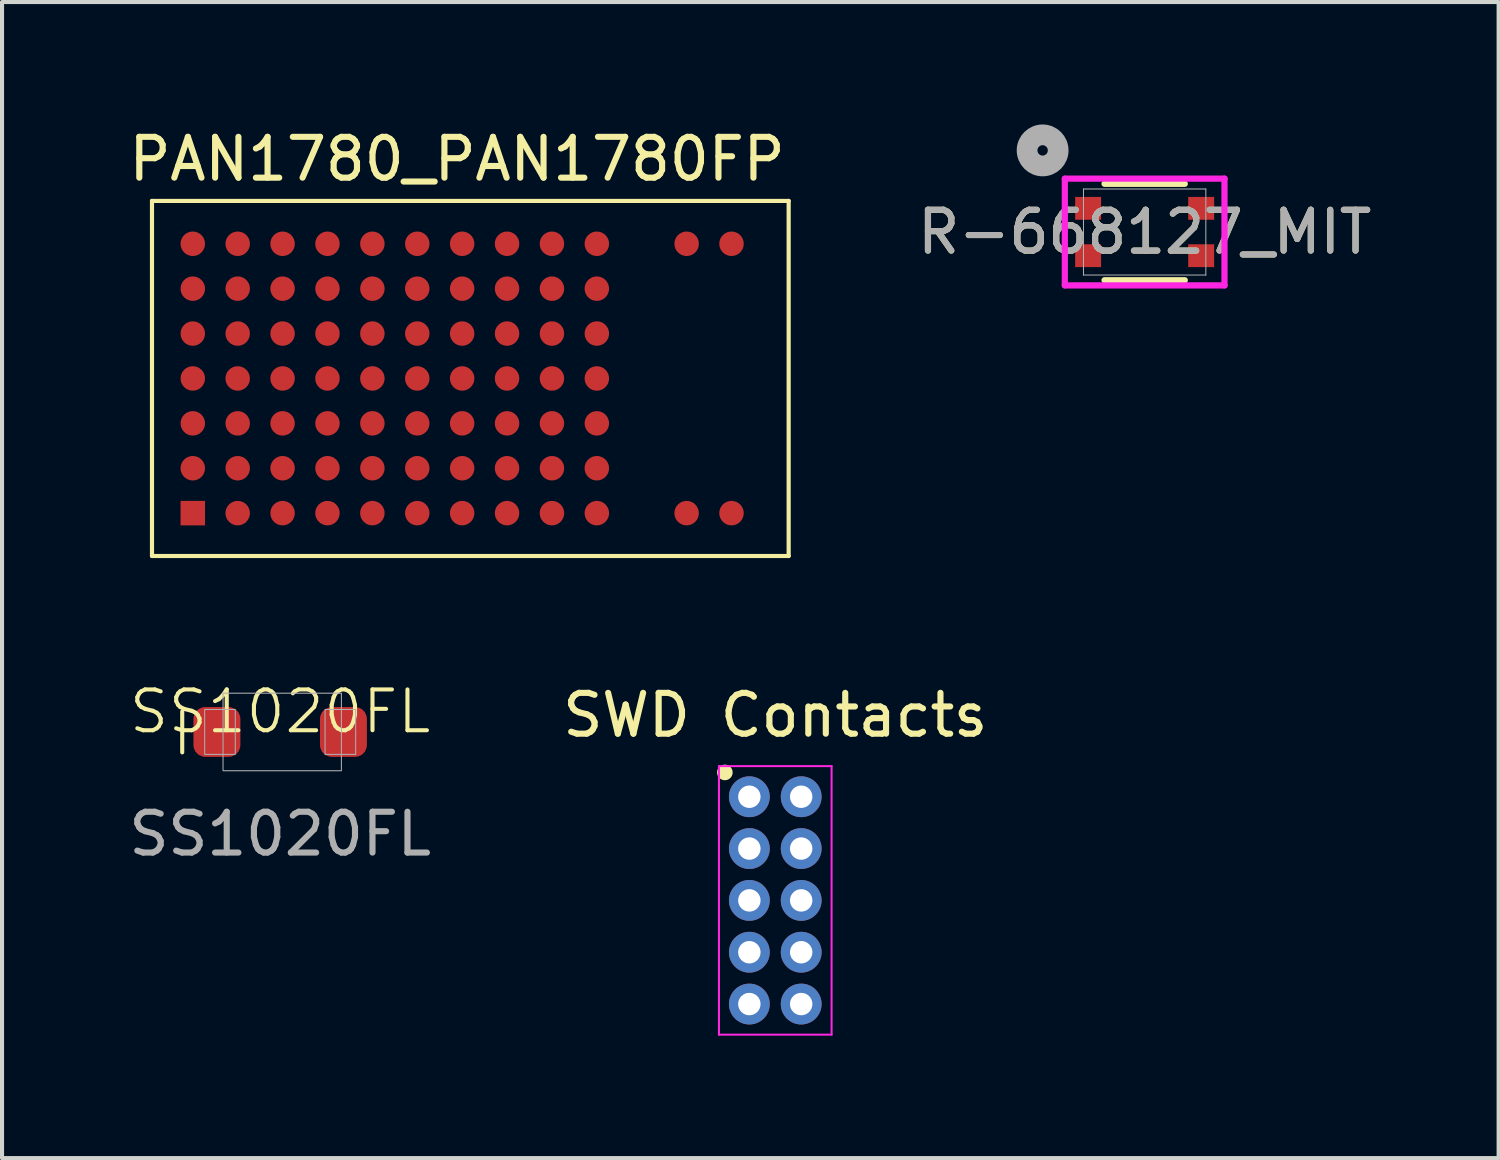
<source format=kicad_pcb>
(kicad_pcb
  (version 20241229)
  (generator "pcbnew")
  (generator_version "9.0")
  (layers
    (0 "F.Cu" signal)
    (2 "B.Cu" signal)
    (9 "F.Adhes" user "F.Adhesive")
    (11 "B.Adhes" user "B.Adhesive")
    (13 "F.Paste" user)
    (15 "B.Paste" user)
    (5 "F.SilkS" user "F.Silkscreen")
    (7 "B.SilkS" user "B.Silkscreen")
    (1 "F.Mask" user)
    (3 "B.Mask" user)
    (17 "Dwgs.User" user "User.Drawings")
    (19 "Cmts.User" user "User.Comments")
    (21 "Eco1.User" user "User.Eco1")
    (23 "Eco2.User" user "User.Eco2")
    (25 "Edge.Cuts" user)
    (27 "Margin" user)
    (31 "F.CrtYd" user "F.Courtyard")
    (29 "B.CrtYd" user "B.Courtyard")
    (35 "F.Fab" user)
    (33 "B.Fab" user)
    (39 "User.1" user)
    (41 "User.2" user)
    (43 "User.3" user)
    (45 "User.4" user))
  (footprint "SWD Contacts"
    (layer "F.Cu")
    (at 15.811 18.877)
    (property "Reference" "SWD Contacts" (at 0.135 -4.405 0) (layer "F.SilkS") (effects (font (size 1 1) (thickness 0.15))))
    (attr through_hole)
    (fp_circle (center -1.1 -3) (end -0.959 -3) (stroke (width 0.1) (type solid)) (fill yes) (layer "F.SilkS"))
    (fp_line (start -1.245 -3.155) (end 1.515 -3.155) (stroke (width 0.05) (type default)) (layer "F.CrtYd"))
    (fp_line (start -1.245 3.425) (end -1.245 -3.155) (stroke (width 0.05) (type default)) (layer "F.CrtYd"))
    (fp_line (start 1.515 -3.155) (end 1.515 3.425) (stroke (width 0.05) (type default)) (layer "F.CrtYd"))
    (fp_line (start 1.515 3.425) (end -1.245 3.425) (stroke (width 0.05) (type default)) (layer "F.CrtYd"))
    (pad "1" thru_hole circle (at -0.5 -2.405 270) (size 1 1) (drill 0.55) (layers "*.Cu" "*.Mask"))
    (pad "2" thru_hole circle (at 0.77 -2.405 270) (size 1 1) (drill 0.55) (layers "*.Cu" "*.Mask"))
    (pad "3" thru_hole circle (at -0.5 -1.135 270) (size 1 1) (drill 0.55) (layers "*.Cu" "*.Mask"))
    (pad "4" thru_hole circle (at 0.77 -1.135 270) (size 1 1) (drill 0.55) (layers "*.Cu" "*.Mask"))
    (pad "5" thru_hole circle (at -0.5 0.135 270) (size 1 1) (drill 0.55) (layers "*.Cu" "*.Mask"))
    (pad "6" thru_hole circle (at 0.77 0.135 270) (size 1 1) (drill 0.55) (layers "*.Cu" "*.Mask"))
    (pad "7" thru_hole circle (at -0.5 1.405 270) (size 1 1) (drill 0.55) (layers "*.Cu" "*.Mask"))
    (pad "8" thru_hole circle (at 0.77 1.405 270) (size 1 1) (drill 0.55) (layers "*.Cu" "*.Mask"))
    (pad "9" thru_hole circle (at -0.5 2.675 270) (size 1 1) (drill 0.55) (layers "*.Cu" "*.Mask"))
    (pad "10" thru_hole circle (at 0.77 2.675 270) (size 1 1) (drill 0.55) (layers "*.Cu" "*.Mask")))
  (footprint "PAN1780_PAN1780FP"
    (layer "F.Cu")
    (at 8.274 6.223)
    (property "Reference" "PAN1780_PAN1780FP" (at -0.125 -5.375 0) (layer "F.SilkS") (effects (font (size 1 1) (thickness 0.15))))
    (attr smd)
    (fp_line (start -7.6 -4.35) (end 8 -4.35) (stroke (width 0.102) (type solid)) (layer "F.SilkS"))
    (fp_line (start -7.6 4.35) (end -7.6 -4.35) (stroke (width 0.102) (type solid)) (layer "F.SilkS"))
    (fp_line (start 8 -4.35) (end 8 4.35) (stroke (width 0.102) (type solid)) (layer "F.SilkS"))
    (fp_line (start 8 4.35) (end -7.6 4.35) (stroke (width 0.102) (type solid)) (layer "F.SilkS"))
    (pad "A1" smd rect (at -6.6 3.3) (size 0.6 0.6) (layers "F.Cu" "F.Mask" "F.Paste"))
    (pad "A2" smd circle (at -5.5 3.3) (size 0.6 0.6) (layers "F.Cu" "F.Mask" "F.Paste"))
    (pad "A3" smd circle (at -4.4 3.3) (size 0.6 0.6) (layers "F.Cu" "F.Mask" "F.Paste"))
    (pad "A4" smd circle (at -3.3 3.3) (size 0.6 0.6) (layers "F.Cu" "F.Mask" "F.Paste"))
    (pad "A5" smd circle (at -2.2 3.3) (size 0.6 0.6) (layers "F.Cu" "F.Mask" "F.Paste"))
    (pad "A6" smd circle (at -1.1 3.3) (size 0.6 0.6) (layers "F.Cu" "F.Mask" "F.Paste"))
    (pad "A7" smd circle (at 0 3.3) (size 0.6 0.6) (layers "F.Cu" "F.Mask" "F.Paste"))
    (pad "A8" smd circle (at 1.1 3.3) (size 0.6 0.6) (layers "F.Cu" "F.Mask" "F.Paste"))
    (pad "A9" smd circle (at 2.2 3.3) (size 0.6 0.6) (layers "F.Cu" "F.Mask" "F.Paste"))
    (pad "A10" smd circle (at 3.3 3.3) (size 0.6 0.6) (layers "F.Cu" "F.Mask" "F.Paste"))
    (pad "A12" smd circle (at 5.5 3.3) (size 0.6 0.6) (layers "F.Cu" "F.Mask" "F.Paste"))
    (pad "A13" smd circle (at 6.6 3.3) (size 0.6 0.6) (layers "F.Cu" "F.Mask" "F.Paste"))
    (pad "B1" smd circle (at -6.6 2.2) (size 0.6 0.6) (layers "F.Cu" "F.Mask" "F.Paste"))
    (pad "B2" smd circle (at -5.5 2.2) (size 0.6 0.6) (layers "F.Cu" "F.Mask" "F.Paste"))
    (pad "B3" smd circle (at -4.4 2.2) (size 0.6 0.6) (layers "F.Cu" "F.Mask" "F.Paste"))
    (pad "B4" smd circle (at -3.3 2.2) (size 0.6 0.6) (layers "F.Cu" "F.Mask" "F.Paste"))
    (pad "B5" smd circle (at -2.2 2.2) (size 0.6 0.6) (layers "F.Cu" "F.Mask" "F.Paste"))
    (pad "B6" smd circle (at -1.1 2.2) (size 0.6 0.6) (layers "F.Cu" "F.Mask" "F.Paste"))
    (pad "B7" smd circle (at 0 2.2) (size 0.6 0.6) (layers "F.Cu" "F.Mask" "F.Paste"))
    (pad "B8" smd circle (at 1.1 2.2) (size 0.6 0.6) (layers "F.Cu" "F.Mask" "F.Paste"))
    (pad "B9" smd circle (at 2.2 2.2) (size 0.6 0.6) (layers "F.Cu" "F.Mask" "F.Paste"))
    (pad "B10" smd circle (at 3.3 2.2) (size 0.6 0.6) (layers "F.Cu" "F.Mask" "F.Paste"))
    (pad "C1" smd circle (at -6.6 1.1) (size 0.6 0.6) (layers "F.Cu" "F.Mask" "F.Paste"))
    (pad "C2" smd circle (at -5.5 1.1) (size 0.6 0.6) (layers "F.Cu" "F.Mask" "F.Paste"))
    (pad "C3" smd circle (at -4.4 1.1) (size 0.6 0.6) (layers "F.Cu" "F.Mask" "F.Paste"))
    (pad "C4" smd circle (at -3.3 1.1) (size 0.6 0.6) (layers "F.Cu" "F.Mask" "F.Paste"))
    (pad "C5" smd circle (at -2.2 1.1) (size 0.6 0.6) (layers "F.Cu" "F.Mask" "F.Paste"))
    (pad "C6" smd circle (at -1.1 1.1) (size 0.6 0.6) (layers "F.Cu" "F.Mask" "F.Paste"))
    (pad "C7" smd circle (at 0 1.1) (size 0.6 0.6) (layers "F.Cu" "F.Mask" "F.Paste"))
    (pad "C8" smd circle (at 1.1 1.1) (size 0.6 0.6) (layers "F.Cu" "F.Mask" "F.Paste"))
    (pad "C9" smd circle (at 2.2 1.1) (size 0.6 0.6) (layers "F.Cu" "F.Mask" "F.Paste"))
    (pad "C10" smd circle (at 3.3 1.1) (size 0.6 0.6) (layers "F.Cu" "F.Mask" "F.Paste"))
    (pad "D1" smd circle (at -6.6 0) (size 0.6 0.6) (layers "F.Cu" "F.Mask" "F.Paste"))
    (pad "D2" smd circle (at -5.5 0) (size 0.6 0.6) (layers "F.Cu" "F.Mask" "F.Paste"))
    (pad "D3" smd circle (at -4.4 0) (size 0.6 0.6) (layers "F.Cu" "F.Mask" "F.Paste"))
    (pad "D4" smd circle (at -3.3 0) (size 0.6 0.6) (layers "F.Cu" "F.Mask" "F.Paste"))
    (pad "D5" smd circle (at -2.2 0) (size 0.6 0.6) (layers "F.Cu" "F.Mask" "F.Paste"))
    (pad "D6" smd circle (at -1.1 0) (size 0.6 0.6) (layers "F.Cu" "F.Mask" "F.Paste"))
    (pad "D7" smd circle (at 0 0) (size 0.6 0.6) (layers "F.Cu" "F.Mask" "F.Paste"))
    (pad "D8" smd circle (at 1.1 0) (size 0.6 0.6) (layers "F.Cu" "F.Mask" "F.Paste"))
    (pad "D9" smd circle (at 2.2 0) (size 0.6 0.6) (layers "F.Cu" "F.Mask" "F.Paste"))
    (pad "D10" smd circle (at 3.3 0) (size 0.6 0.6) (layers "F.Cu" "F.Mask" "F.Paste"))
    (pad "E1" smd circle (at -6.6 -1.1) (size 0.6 0.6) (layers "F.Cu" "F.Mask" "F.Paste"))
    (pad "E2" smd circle (at -5.5 -1.1) (size 0.6 0.6) (layers "F.Cu" "F.Mask" "F.Paste"))
    (pad "E3" smd circle (at -4.4 -1.1) (size 0.6 0.6) (layers "F.Cu" "F.Mask" "F.Paste"))
    (pad "E4" smd circle (at -3.3 -1.1) (size 0.6 0.6) (layers "F.Cu" "F.Mask" "F.Paste"))
    (pad "E5" smd circle (at -2.2 -1.1) (size 0.6 0.6) (layers "F.Cu" "F.Mask" "F.Paste"))
    (pad "E6" smd circle (at -1.1 -1.1) (size 0.6 0.6) (layers "F.Cu" "F.Mask" "F.Paste"))
    (pad "E7" smd circle (at 0 -1.1) (size 0.6 0.6) (layers "F.Cu" "F.Mask" "F.Paste"))
    (pad "E8" smd circle (at 1.1 -1.1) (size 0.6 0.6) (layers "F.Cu" "F.Mask" "F.Paste"))
    (pad "E9" smd circle (at 2.2 -1.1) (size 0.6 0.6) (layers "F.Cu" "F.Mask" "F.Paste"))
    (pad "E10" smd circle (at 3.3 -1.1) (size 0.6 0.6) (layers "F.Cu" "F.Mask" "F.Paste"))
    (pad "F1" smd circle (at -6.6 -2.2) (size 0.6 0.6) (layers "F.Cu" "F.Mask" "F.Paste"))
    (pad "F2" smd circle (at -5.5 -2.2) (size 0.6 0.6) (layers "F.Cu" "F.Mask" "F.Paste"))
    (pad "F3" smd circle (at -4.4 -2.2) (size 0.6 0.6) (layers "F.Cu" "F.Mask" "F.Paste"))
    (pad "F4" smd circle (at -3.3 -2.2) (size 0.6 0.6) (layers "F.Cu" "F.Mask" "F.Paste"))
    (pad "F5" smd circle (at -2.2 -2.2) (size 0.6 0.6) (layers "F.Cu" "F.Mask" "F.Paste"))
    (pad "F6" smd circle (at -1.1 -2.2) (size 0.6 0.6) (layers "F.Cu" "F.Mask" "F.Paste"))
    (pad "F7" smd circle (at 0 -2.2) (size 0.6 0.6) (layers "F.Cu" "F.Mask" "F.Paste"))
    (pad "F8" smd circle (at 1.1 -2.2) (size 0.6 0.6) (layers "F.Cu" "F.Mask" "F.Paste"))
    (pad "F9" smd circle (at 2.2 -2.2) (size 0.6 0.6) (layers "F.Cu" "F.Mask" "F.Paste"))
    (pad "F10" smd circle (at 3.3 -2.2) (size 0.6 0.6) (layers "F.Cu" "F.Mask" "F.Paste"))
    (pad "G1" smd circle (at -6.6 -3.3) (size 0.6 0.6) (layers "F.Cu" "F.Mask" "F.Paste"))
    (pad "G2" smd circle (at -5.5 -3.3) (size 0.6 0.6) (layers "F.Cu" "F.Mask" "F.Paste"))
    (pad "G3" smd circle (at -4.4 -3.3) (size 0.6 0.6) (layers "F.Cu" "F.Mask" "F.Paste"))
    (pad "G4" smd circle (at -3.3 -3.3) (size 0.6 0.6) (layers "F.Cu" "F.Mask" "F.Paste"))
    (pad "G5" smd circle (at -2.2 -3.3) (size 0.6 0.6) (layers "F.Cu" "F.Mask" "F.Paste"))
    (pad "G6" smd circle (at -1.1 -3.3) (size 0.6 0.6) (layers "F.Cu" "F.Mask" "F.Paste"))
    (pad "G7" smd circle (at 0 -3.3) (size 0.6 0.6) (layers "F.Cu" "F.Mask" "F.Paste"))
    (pad "G8" smd circle (at 1.1 -3.3) (size 0.6 0.6) (layers "F.Cu" "F.Mask" "F.Paste"))
    (pad "G9" smd circle (at 2.2 -3.3) (size 0.6 0.6) (layers "F.Cu" "F.Mask" "F.Paste"))
    (pad "G10" smd circle (at 3.3 -3.3) (size 0.6 0.6) (layers "F.Cu" "F.Mask" "F.Paste"))
    (pad "G12" smd circle (at 5.5 -3.3) (size 0.6 0.6) (layers "F.Cu" "F.Mask" "F.Paste"))
    (pad "G13" smd circle (at 6.6 -3.3) (size 0.6 0.6) (layers "F.Cu" "F.Mask" "F.Paste"))
    (zone (net_name "") (layers "F.Cu" "B.Cu") (name "Antenna Keep Out") (hatch full 0.5) (connect_pads) (min_thickness 0.25) (filled_areas_thickness no) (keepout (tracks not_allowed) (vias not_allowed) (pads not_allowed) (copperpour not_allowed) (footprints not_allowed)) (placement (enabled no)) (fill) (polygon (pts (xy 16.274 8.723) (xy 16.274 3.723) (xy 13.274 3.723) (xy 13.274 8.723)))))
  (footprint "R-668127_MIT"
    (layer "F.Cu")
    (at 24.997 2.635)
    (property "Reference" "R-668127_MIT" (at 0 0 0) (unlocked yes) (layer "F.SilkS") (effects (font (size 1 1) (thickness 0.15))))
    (attr smd)
    (fp_line (start -0.983 1.181) (end 0.983 1.181) (stroke (width 0.152) (type solid)) (layer "F.SilkS"))
    (fp_line (start 0.983 -1.181) (end -0.983 -1.181) (stroke (width 0.152) (type solid)) (layer "F.SilkS"))
    (fp_line (start -1.956 -1.308) (end -1.956 1.308) (stroke (width 0.152) (type solid)) (layer "F.CrtYd"))
    (fp_line (start -1.956 1.308) (end 1.956 1.308) (stroke (width 0.152) (type solid)) (layer "F.CrtYd"))
    (fp_line (start 1.956 -1.308) (end -1.956 -1.308) (stroke (width 0.152) (type solid)) (layer "F.CrtYd"))
    (fp_line (start 1.956 1.308) (end 1.956 -1.308) (stroke (width 0.152) (type solid)) (layer "F.CrtYd"))
    (fp_line (start -1.499 -1.054) (end -1.499 1.054) (stroke (width 0.025) (type solid)) (layer "F.Fab"))
    (fp_line (start -1.499 1.054) (end 1.499 1.054) (stroke (width 0.025) (type solid)) (layer "F.Fab"))
    (fp_line (start 1.499 -1.054) (end -1.499 -1.054) (stroke (width 0.025) (type solid)) (layer "F.Fab"))
    (fp_line (start 1.499 1.054) (end 1.499 -1.054) (stroke (width 0.025) (type solid)) (layer "F.Fab"))
    (fp_circle (center -2.5 -2) (end -2.119 -2) (stroke (width 0.508) (type solid)) (fill no) (layer "F.Fab"))
    (fp_text user "${REFERENCE}" (at 0 0 0) (unlocked yes) (layer "F.Fab") (effects (font (size 1 1) (thickness 0.15))))
    (pad "1" smd rect (at -1.385 -0.58) (size 0.635 0.559) (layers "F.Cu" "F.Mask" "F.Paste"))
    (pad "2" smd rect (at 1.385 -0.58) (size 0.635 0.559) (layers "F.Cu" "F.Mask" "F.Paste"))
    (pad "3" smd rect (at -1.385 0.58) (size 0.635 0.559) (layers "F.Cu" "F.Mask" "F.Paste"))
    (pad "4" smd rect (at 1.385 0.58) (size 0.635 0.559) (layers "F.Cu" "F.Mask" "F.Paste")))
  (footprint "SS1020FL"
    (layer "F.Cu")
    (at 3.815 14.885)
    (property "Reference" "SS1020FL" (at 0 -0.5 0) (unlocked yes) (layer "F.SilkS") (effects (font (size 1 1) (thickness 0.1))))
    (attr smd)
    (fp_line (start -2.4 -0.5) (end -2.4 0.5) (stroke (width 0.1) (type default)) (layer "F.SilkS"))
    (fp_rect (start -1.85 -0.55) (end -1.1 0.55) (stroke (width 0.025) (type solid)) (fill no) (layer "F.Fab"))
    (fp_rect (start -1.4 -0.95) (end 1.5 0.95) (stroke (width 0.025) (type solid)) (fill no) (layer "F.Fab"))
    (fp_rect (start 1.1 -0.55) (end 1.85 0.55) (stroke (width 0.025) (type solid)) (fill no) (layer "F.Fab"))
    (fp_text user "${REFERENCE}" (at 0 2.5 0) (unlocked yes) (layer "F.Fab") (effects (font (size 1 1) (thickness 0.15))))
    (pad "1" smd roundrect (at -1.55 0) (size 1.15 1.22) (layers "F.Cu" "F.Mask" "F.Paste") (roundrect_rratio 0.25))
    (pad "2" smd roundrect (at 1.55 0) (size 1.15 1.22) (layers "F.Cu" "F.Mask" "F.Paste") (roundrect_rratio 0.25)))
  (gr_rect
    (start -3 -3)
    (end 33.67 25.327)
    (stroke (width 0.1) (type default))
    (fill no)
    (layer "Edge.Cuts")))
</source>
